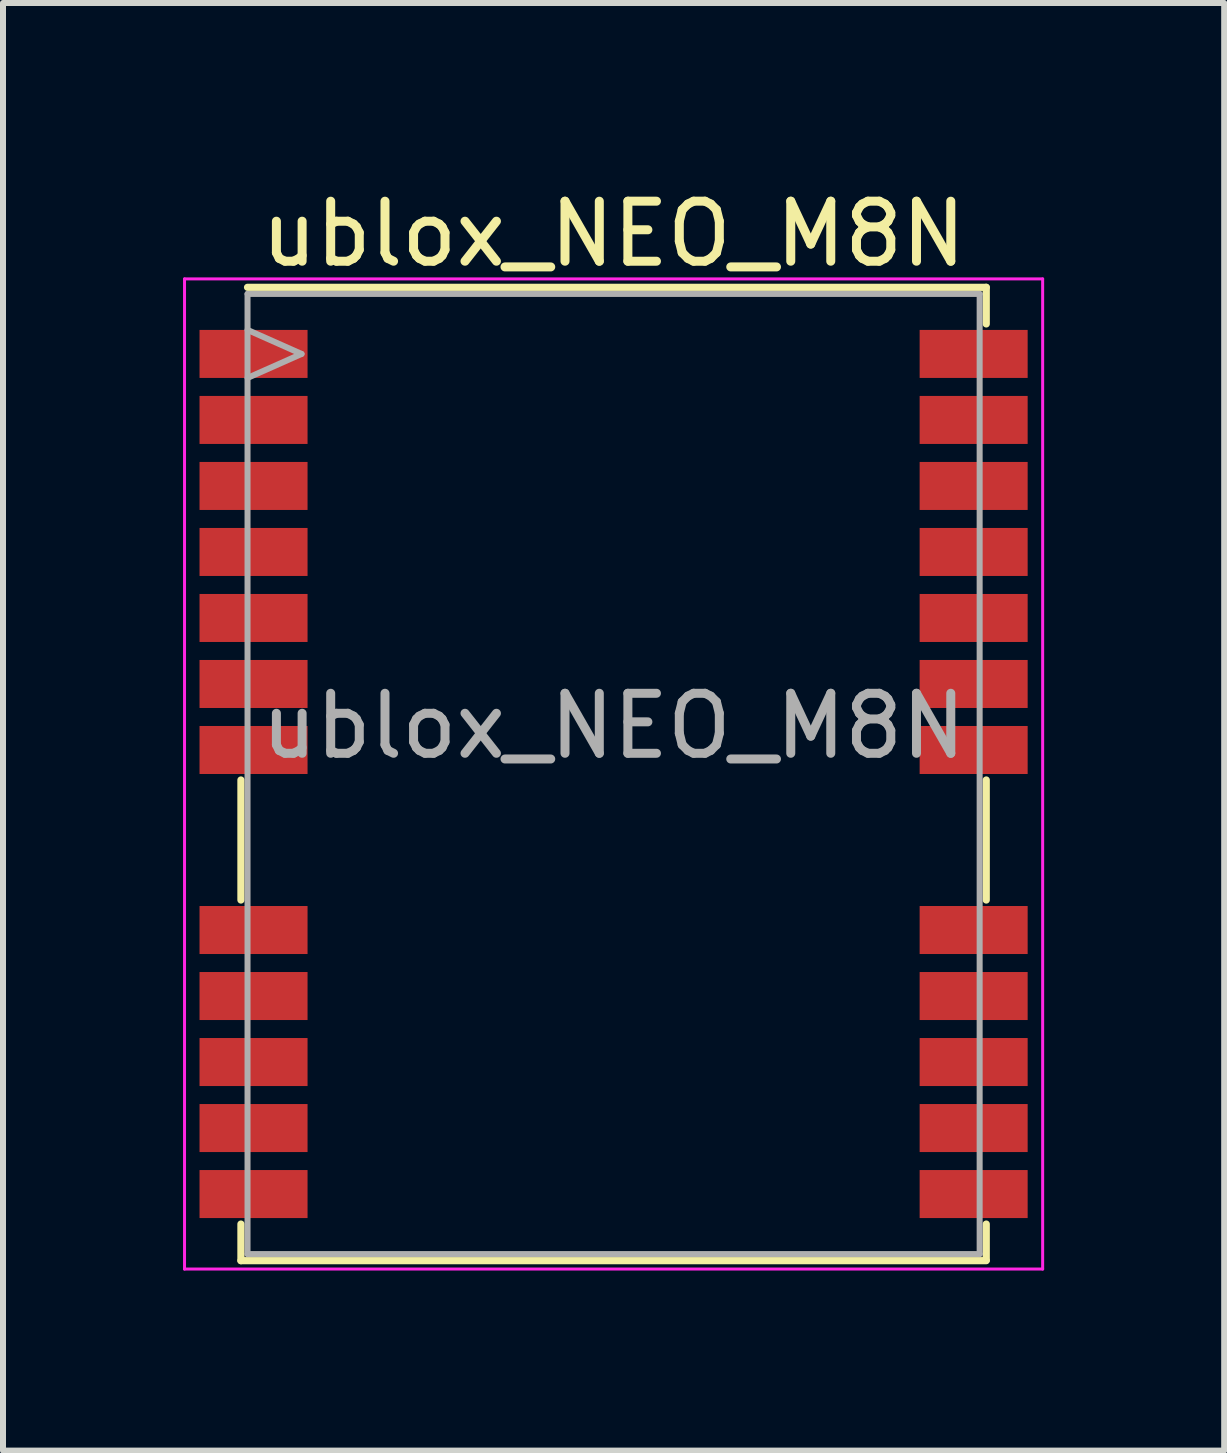
<source format=kicad_pcb>
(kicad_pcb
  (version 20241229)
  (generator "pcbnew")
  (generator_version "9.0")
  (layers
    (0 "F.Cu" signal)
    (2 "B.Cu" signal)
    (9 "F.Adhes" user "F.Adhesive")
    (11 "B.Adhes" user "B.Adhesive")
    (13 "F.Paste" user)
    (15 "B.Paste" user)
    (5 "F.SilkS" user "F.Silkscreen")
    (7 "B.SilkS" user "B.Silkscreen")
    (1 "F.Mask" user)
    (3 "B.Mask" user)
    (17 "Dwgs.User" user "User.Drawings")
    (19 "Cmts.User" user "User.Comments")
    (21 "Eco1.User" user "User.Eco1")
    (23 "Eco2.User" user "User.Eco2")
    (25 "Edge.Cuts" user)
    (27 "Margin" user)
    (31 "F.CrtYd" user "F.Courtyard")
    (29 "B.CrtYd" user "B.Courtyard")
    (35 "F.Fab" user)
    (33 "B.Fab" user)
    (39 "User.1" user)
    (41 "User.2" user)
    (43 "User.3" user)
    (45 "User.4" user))
  (footprint "ublox_NEO_M8N"
    (layer "F.Cu")
    (at 7.175 9.848)
    (property "Reference" "ublox_NEO_M8N" (at 0 -9 0) (layer "F.SilkS") (effects (font (size 1 1) (thickness 0.15))))
    (attr smd)
    (fp_line (start -6.21 0.1) (end -6.21 2.1) (stroke (width 0.12) (type solid)) (layer "F.SilkS"))
    (fp_line (start -6.21 7.5) (end -6.21 8.11) (stroke (width 0.12) (type solid)) (layer "F.SilkS"))
    (fp_line (start -6.21 8.11) (end 6.21 8.11) (stroke (width 0.12) (type solid)) (layer "F.SilkS"))
    (fp_line (start -6.1 -8.11) (end 6.21 -8.11) (stroke (width 0.12) (type solid)) (layer "F.SilkS"))
    (fp_line (start 6.21 -8.11) (end 6.21 -7.5) (stroke (width 0.12) (type solid)) (layer "F.SilkS"))
    (fp_line (start 6.21 0.1) (end 6.21 2.1) (stroke (width 0.12) (type solid)) (layer "F.SilkS"))
    (fp_line (start 6.21 7.5) (end 6.21 8.1) (stroke (width 0.12) (type solid)) (layer "F.SilkS"))
    (fp_line (start -7.15 -8.25) (end -7.15 8.25) (stroke (width 0.05) (type solid)) (layer "F.CrtYd"))
    (fp_line (start -7.15 -8.25) (end 7.15 -8.25) (stroke (width 0.05) (type solid)) (layer "F.CrtYd"))
    (fp_line (start -7.15 8.25) (end 7.15 8.25) (stroke (width 0.05) (type solid)) (layer "F.CrtYd"))
    (fp_line (start 7.15 -8.25) (end 7.15 8.25) (stroke (width 0.05) (type solid)) (layer "F.CrtYd"))
    (fp_line (start -6.1 -8) (end -6.1 8) (stroke (width 0.1) (type solid)) (layer "F.Fab"))
    (fp_line (start -6.1 -8) (end 6.1 -8) (stroke (width 0.1) (type solid)) (layer "F.Fab"))
    (fp_line (start -6.1 -7.4) (end -5.2 -7) (stroke (width 0.1) (type solid)) (layer "F.Fab"))
    (fp_line (start -6.1 -6.6) (end -5.2 -7) (stroke (width 0.1) (type solid)) (layer "F.Fab"))
    (fp_line (start -6.1 8) (end 6.1 8) (stroke (width 0.1) (type solid)) (layer "F.Fab"))
    (fp_line (start 6.1 -8) (end 6.1 8) (stroke (width 0.1) (type solid)) (layer "F.Fab"))
    (fp_text user "${REFERENCE}" (at 0 -0.8 0) (layer "F.Fab") (effects (font (size 1 1) (thickness 0.15))))
    (pad "1" smd rect (at -6 -7) (size 1.8 0.8) (layers "F.Cu" "F.Mask" "F.Paste"))
    (pad "2" smd rect (at -6 -5.9) (size 1.8 0.8) (layers "F.Cu" "F.Mask" "F.Paste"))
    (pad "3" smd rect (at -6 -4.8) (size 1.8 0.8) (layers "F.Cu" "F.Mask" "F.Paste"))
    (pad "4" smd rect (at -6 -3.7) (size 1.8 0.8) (layers "F.Cu" "F.Mask" "F.Paste"))
    (pad "5" smd rect (at -6 -2.6) (size 1.8 0.8) (layers "F.Cu" "F.Mask" "F.Paste"))
    (pad "6" smd rect (at -6 -1.5) (size 1.8 0.8) (layers "F.Cu" "F.Mask" "F.Paste"))
    (pad "7" smd rect (at -6 -0.4) (size 1.8 0.8) (layers "F.Cu" "F.Mask" "F.Paste"))
    (pad "8" smd rect (at -6 2.6) (size 1.8 0.8) (layers "F.Cu" "F.Mask" "F.Paste"))
    (pad "9" smd rect (at -6 3.7) (size 1.8 0.8) (layers "F.Cu" "F.Mask" "F.Paste"))
    (pad "10" smd rect (at -6 4.8) (size 1.8 0.8) (layers "F.Cu" "F.Mask" "F.Paste"))
    (pad "11" smd rect (at -6 5.9) (size 1.8 0.8) (layers "F.Cu" "F.Mask" "F.Paste"))
    (pad "12" smd rect (at -6 7) (size 1.8 0.8) (layers "F.Cu" "F.Mask" "F.Paste"))
    (pad "13" smd rect (at 6 7) (size 1.8 0.8) (layers "F.Cu" "F.Mask" "F.Paste"))
    (pad "14" smd rect (at 6 5.9) (size 1.8 0.8) (layers "F.Cu" "F.Mask" "F.Paste"))
    (pad "15" smd rect (at 6 4.8) (size 1.8 0.8) (layers "F.Cu" "F.Mask" "F.Paste"))
    (pad "16" smd rect (at 6 3.7) (size 1.8 0.8) (layers "F.Cu" "F.Mask" "F.Paste"))
    (pad "17" smd rect (at 6 2.6) (size 1.8 0.8) (layers "F.Cu" "F.Mask" "F.Paste"))
    (pad "18" smd rect (at 6 -0.4) (size 1.8 0.8) (layers "F.Cu" "F.Mask" "F.Paste"))
    (pad "19" smd rect (at 6 -1.5) (size 1.8 0.8) (layers "F.Cu" "F.Mask" "F.Paste"))
    (pad "20" smd rect (at 6 -2.6) (size 1.8 0.8) (layers "F.Cu" "F.Mask" "F.Paste"))
    (pad "21" smd rect (at 6 -3.7) (size 1.8 0.8) (layers "F.Cu" "F.Mask" "F.Paste"))
    (pad "22" smd rect (at 6 -4.8) (size 1.8 0.8) (layers "F.Cu" "F.Mask" "F.Paste"))
    (pad "23" connect rect (at 6 -5.9) (size 1.8 0.8) (layers "F.Cu" "F.Mask"))
    (pad "24" smd rect (at 6 -7) (size 1.8 0.8) (layers "F.Cu" "F.Mask" "F.Paste")))
  (gr_rect
    (start -3 -3)
    (end 17.35 21.123)
    (stroke (width 0.1) (type default))
    (fill no)
    (layer "Edge.Cuts")))
</source>
